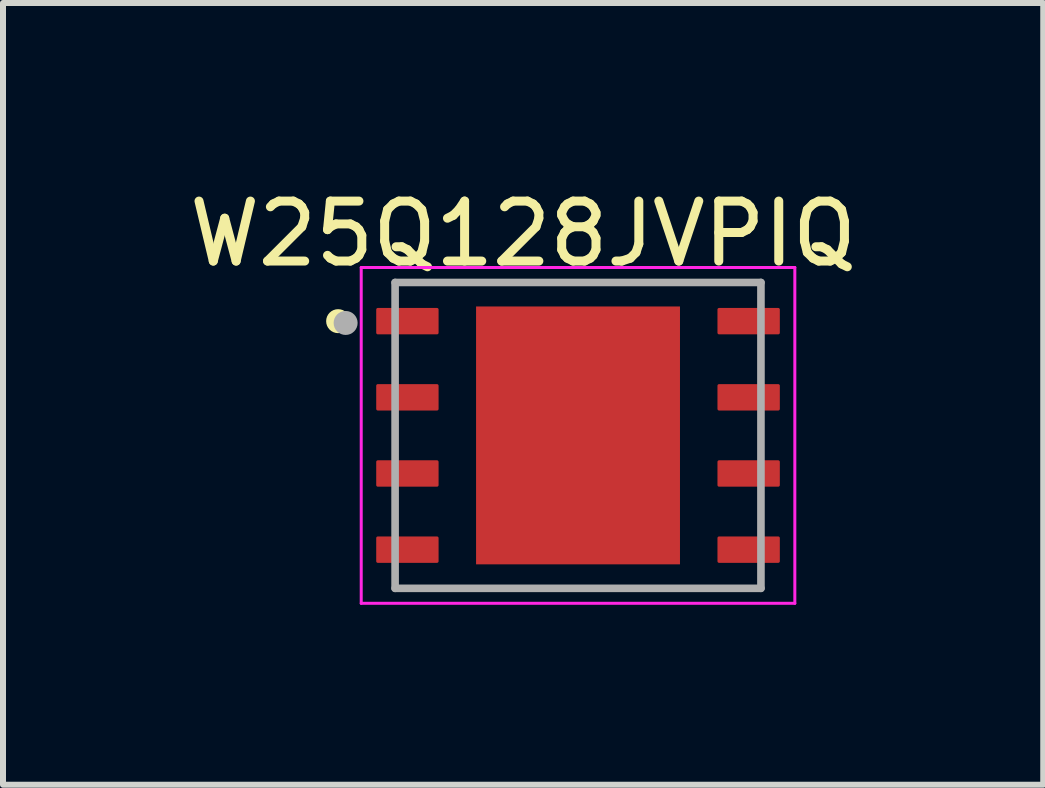
<source format=kicad_pcb>
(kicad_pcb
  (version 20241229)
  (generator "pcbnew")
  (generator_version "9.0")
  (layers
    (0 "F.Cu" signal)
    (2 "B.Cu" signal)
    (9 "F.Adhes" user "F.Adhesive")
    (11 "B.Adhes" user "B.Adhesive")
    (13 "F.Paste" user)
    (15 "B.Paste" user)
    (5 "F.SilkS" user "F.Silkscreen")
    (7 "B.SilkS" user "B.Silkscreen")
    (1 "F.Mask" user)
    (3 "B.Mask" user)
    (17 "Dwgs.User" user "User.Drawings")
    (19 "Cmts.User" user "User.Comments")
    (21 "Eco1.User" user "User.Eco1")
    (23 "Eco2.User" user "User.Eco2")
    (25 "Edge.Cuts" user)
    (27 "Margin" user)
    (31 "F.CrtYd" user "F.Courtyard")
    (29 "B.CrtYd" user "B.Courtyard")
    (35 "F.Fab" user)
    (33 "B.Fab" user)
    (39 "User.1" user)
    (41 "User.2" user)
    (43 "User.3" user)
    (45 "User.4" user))
  (footprint "W25Q128JVPIQ"
    (layer "F.Cu")
    (at 6.588 4.21)
    (property "Reference" "W25Q128JVPIQ" (at -0.915 -3.362 0) (layer "F.SilkS") (effects (font (size 1 1) (thickness 0.15))))
    (attr smd)
    (fp_circle (center -4 -1.905) (end -3.9 -1.905) (stroke (width 0.2) (type solid)) (fill no) (layer "F.SilkS"))
    (fp_poly (pts (xy -1.08 -1.36) (xy 1.08 -1.36) (xy 1.08 1.36) (xy -1.08 1.36)) (stroke (width 0.01) (type solid)) (fill yes) (layer "F.Paste"))
    (fp_line (start -3.615 -2.8) (end -3.615 2.8) (stroke (width 0.05) (type solid)) (layer "F.CrtYd"))
    (fp_line (start -3.615 -2.8) (end 3.615 -2.8) (stroke (width 0.05) (type solid)) (layer "F.CrtYd"))
    (fp_line (start -3.615 2.8) (end 3.615 2.8) (stroke (width 0.05) (type solid)) (layer "F.CrtYd"))
    (fp_line (start 3.615 -2.8) (end 3.615 2.8) (stroke (width 0.05) (type solid)) (layer "F.CrtYd"))
    (fp_line (start -3.05 -2.55) (end -3.05 2.55) (stroke (width 0.127) (type solid)) (layer "F.Fab"))
    (fp_line (start -3.05 -2.55) (end 3.05 -2.55) (stroke (width 0.127) (type solid)) (layer "F.Fab"))
    (fp_line (start -3.05 2.55) (end 3.05 2.55) (stroke (width 0.127) (type solid)) (layer "F.Fab"))
    (fp_line (start 3.05 -2.55) (end 3.05 2.55) (stroke (width 0.127) (type solid)) (layer "F.Fab"))
    (fp_circle (center -3.875 -1.875) (end -3.775 -1.875) (stroke (width 0.2) (type solid)) (fill no) (layer "F.Fab"))
    (pad "1" smd roundrect (at -2.845 -1.905) (size 1.04 0.44) (layers "F.Cu" "F.Mask" "F.Paste") (roundrect_rratio 0.06))
    (pad "2" smd roundrect (at -2.845 -0.635) (size 1.04 0.44) (layers "F.Cu" "F.Mask" "F.Paste") (roundrect_rratio 0.06))
    (pad "3" smd roundrect (at -2.845 0.635) (size 1.04 0.44) (layers "F.Cu" "F.Mask" "F.Paste") (roundrect_rratio 0.06))
    (pad "4" smd roundrect (at -2.845 1.905) (size 1.04 0.44) (layers "F.Cu" "F.Mask" "F.Paste") (roundrect_rratio 0.06))
    (pad "5" smd roundrect (at 2.845 1.905) (size 1.04 0.44) (layers "F.Cu" "F.Mask" "F.Paste") (roundrect_rratio 0.06))
    (pad "6" smd roundrect (at 2.845 0.635) (size 1.04 0.44) (layers "F.Cu" "F.Mask" "F.Paste") (roundrect_rratio 0.06))
    (pad "7" smd roundrect (at 2.845 -0.635) (size 1.04 0.44) (layers "F.Cu" "F.Mask" "F.Paste") (roundrect_rratio 0.06))
    (pad "8" smd roundrect (at 2.845 -1.905) (size 1.04 0.44) (layers "F.Cu" "F.Mask" "F.Paste") (roundrect_rratio 0.06))
    (pad "9" smd rect (at 0 0) (size 3.4 4.3) (layers "F.Cu" "F.Mask")))
  (gr_rect
    (start -3 -3)
    (end 14.345 10.035)
    (stroke (width 0.1) (type default))
    (fill no)
    (layer "Edge.Cuts")))
</source>
